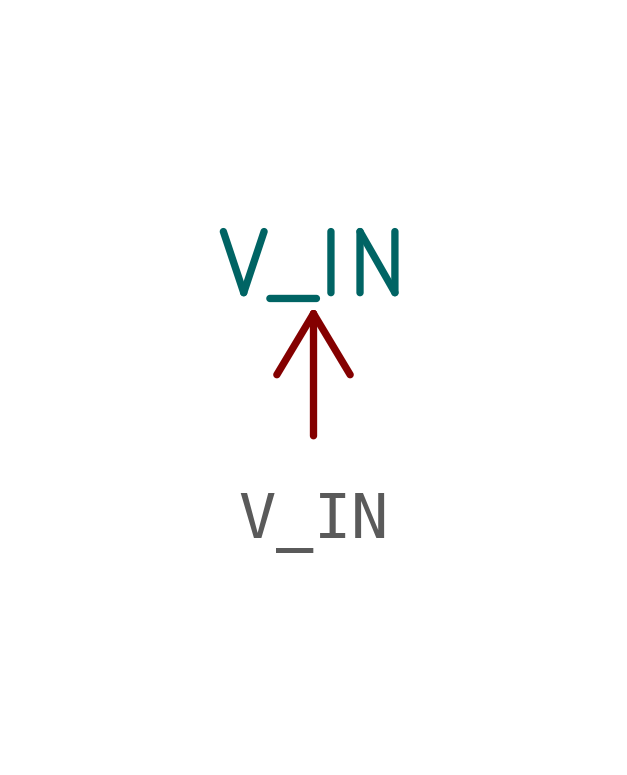
<source format=kicad_sym>
(kicad_symbol_lib
  (version 20211014)
  (generator kicad_symbol_editor)
  (symbol "V_IN"
    (power)
    (pin_names
      (offset 0))
    (property "Reference" "#PWR"
      (at 0 -3.81 0)
      (effects (font (size 1.27 1.27)) hide))
    (property "Value" "V_IN"
      (at 0 3.556 0)
      (effects (font (size 1.27 1.27))))
    (symbol "V_IN_0_1"
      (polyline (pts (xy -0.762 1.27) (xy 0 2.54)) (stroke (width 0) (type default) (color 0 0 0 0)) (fill (type none)))
      (polyline (pts (xy 0 0) (xy 0 2.54)) (stroke (width 0) (type default) (color 0 0 0 0)) (fill (type none)))
      (polyline (pts (xy 0 2.54) (xy 0.762 1.27)) (stroke (width 0) (type default) (color 0 0 0 0)) (fill (type none))))
    (symbol "V_IN_1_1"
      (pin power_in line (at 0 0 90) (length 0) hide (name "V_IN" (effects (font (size 1.27 1.27)))) (number "1" (effects (font (size 1.27 1.27))))))))
</source>
